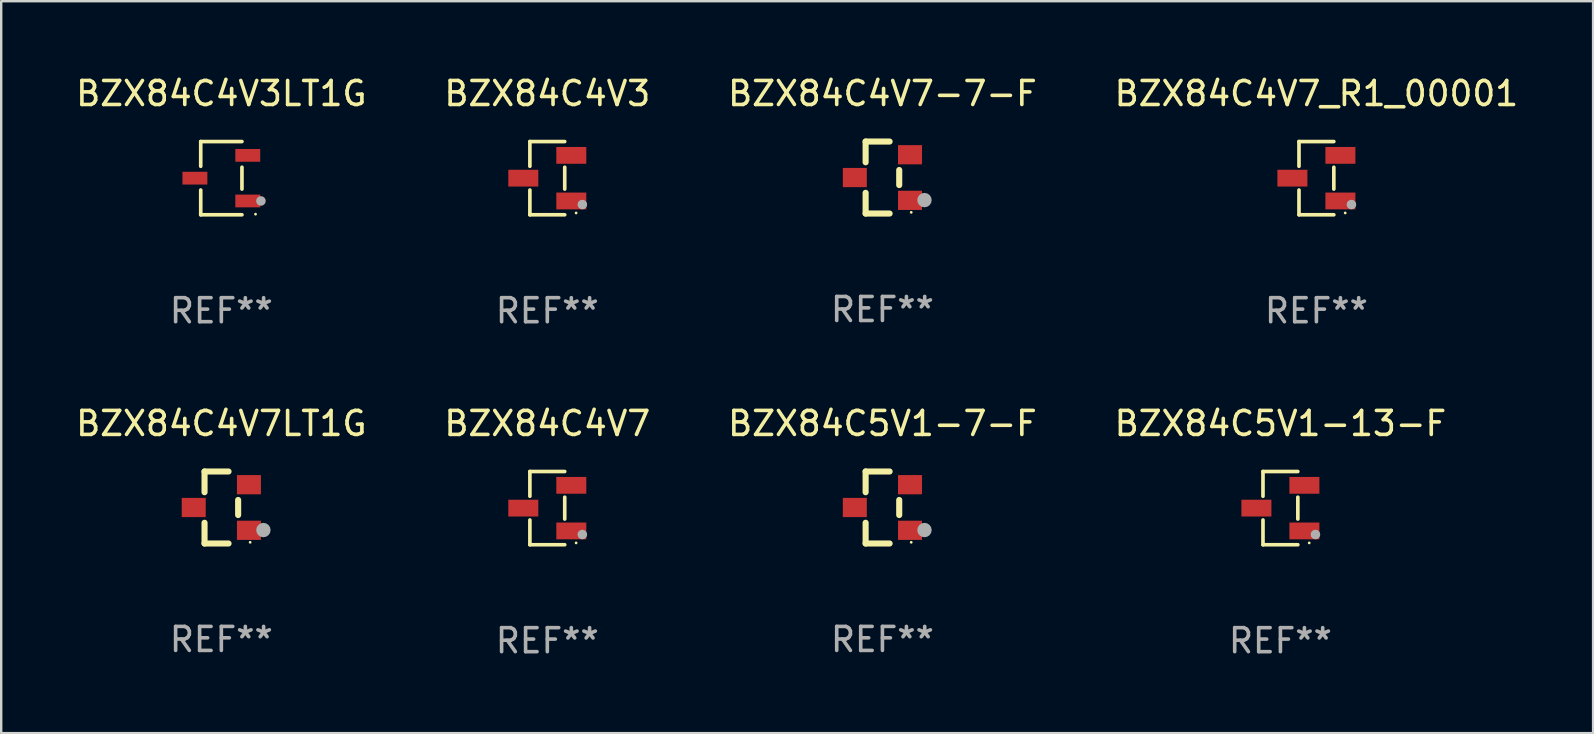
<source format=kicad_pcb>
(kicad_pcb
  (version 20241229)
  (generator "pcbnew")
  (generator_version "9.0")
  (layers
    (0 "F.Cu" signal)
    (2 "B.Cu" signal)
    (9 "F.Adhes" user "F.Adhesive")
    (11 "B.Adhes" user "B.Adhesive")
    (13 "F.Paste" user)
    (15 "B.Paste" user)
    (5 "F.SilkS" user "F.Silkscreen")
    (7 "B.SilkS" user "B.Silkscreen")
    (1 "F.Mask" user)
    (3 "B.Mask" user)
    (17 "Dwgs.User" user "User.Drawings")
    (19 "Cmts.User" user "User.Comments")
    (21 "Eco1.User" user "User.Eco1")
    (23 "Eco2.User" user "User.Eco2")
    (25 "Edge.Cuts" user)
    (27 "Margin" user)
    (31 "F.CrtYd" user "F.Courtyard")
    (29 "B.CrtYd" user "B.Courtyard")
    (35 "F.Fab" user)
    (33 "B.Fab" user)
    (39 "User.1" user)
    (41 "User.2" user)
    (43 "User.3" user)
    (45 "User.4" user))
  (footprint "BZX84C5V1-7-F"
    (layer "F.Cu")
    (at 33.72 18.097)
    (property "Reference" "BZX84C5V1-7-F" (at 0 -3.5 0) (layer "F.SilkS") (effects (font (size 1 1) (thickness 0.15))))
    (attr through_hole)
    (fp_line (start -0.7 -1.5) (end 0.3 -1.5) (stroke (width 0.254) (type solid)) (layer "F.SilkS"))
    (fp_line (start -0.7 -0.636) (end -0.7 -1.5) (stroke (width 0.254) (type solid)) (layer "F.SilkS"))
    (fp_line (start -0.7 1.5) (end -0.7 0.636) (stroke (width 0.254) (type solid)) (layer "F.SilkS"))
    (fp_line (start -0.7 1.5) (end 0.3 1.5) (stroke (width 0.254) (type solid)) (layer "F.SilkS"))
    (fp_line (start 0.7 0.314) (end 0.7 -0.314) (stroke (width 0.254) (type solid)) (layer "F.SilkS"))
    (fp_circle (center 1.2 1.45) (end 1.23 1.45) (stroke (width 0.06) (type solid)) (fill no) (layer "F.SilkS"))
    (fp_circle (center 1.753 0.94) (end 1.903 0.94) (stroke (width 0.3) (type solid)) (fill no) (layer "F.Fab"))
    (fp_text user "REF**" (at 0 5.5 0) (layer "F.Fab") (effects (font (size 1 1) (thickness 0.15))))
    (pad "1" smd rect (at 1.15 0.95 180) (size 1 0.8) (layers "F.Cu" "F.Mask" "F.Paste"))
    (pad "2" smd rect (at 1.15 -0.95 180) (size 1 0.8) (layers "F.Cu" "F.Mask" "F.Paste"))
    (pad "3" smd rect (at -1.15 -0.000051 180) (size 1 0.8) (layers "F.Cu" "F.Mask" "F.Paste")))
  (footprint "BZX84C5V1-13-F"
    (layer "F.Cu")
    (at 50.304 18.123)
    (property "Reference" "BZX84C5V1-13-F" (at 0 -3.526 0) (layer "F.SilkS") (effects (font (size 1 1) (thickness 0.15))))
    (attr through_hole)
    (fp_line (start -0.726 -1.526) (end -0.726 -0.495) (stroke (width 0.152) (type solid)) (layer "F.SilkS"))
    (fp_line (start -0.726 1.526) (end -0.726 0.495) (stroke (width 0.152) (type solid)) (layer "F.SilkS"))
    (fp_line (start 0.726 -1.526) (end -0.726 -1.526) (stroke (width 0.152) (type solid)) (layer "F.SilkS"))
    (fp_line (start 0.726 -0.455) (end 0.726 0.455) (stroke (width 0.152) (type solid)) (layer "F.SilkS"))
    (fp_line (start 0.726 1.526) (end -0.726 1.526) (stroke (width 0.152) (type solid)) (layer "F.SilkS"))
    (fp_circle (center 1.2 1.45) (end 1.23 1.45) (stroke (width 0.06) (type solid)) (fill no) (layer "F.SilkS"))
    (fp_circle (center 1.46 1.1) (end 1.56 1.1) (stroke (width 0.2) (type solid)) (fill no) (layer "F.Fab"))
    (fp_text user "REF**" (at 0 5.526 0) (layer "F.Fab") (effects (font (size 1 1) (thickness 0.15))))
    (pad "1" smd rect (at 1 0.95) (size 1.25 0.7) (layers "F.Cu" "F.Mask" "F.Paste"))
    (pad "2" smd rect (at 1 -0.95) (size 1.25 0.7) (layers "F.Cu" "F.Mask" "F.Paste"))
    (pad "3" smd rect (at -1 0) (size 1.25 0.7) (layers "F.Cu" "F.Mask" "F.Paste")))
  (footprint "BZX84C4V7_R1_00001"
    (layer "F.Cu")
    (at 51.804 4.374)
    (property "Reference" "BZX84C4V7_R1_00001" (at 0 -3.526 0) (layer "F.SilkS") (effects (font (size 1 1) (thickness 0.15))))
    (attr through_hole)
    (fp_line (start -0.726 -1.526) (end -0.726 -0.495) (stroke (width 0.152) (type solid)) (layer "F.SilkS"))
    (fp_line (start -0.726 1.526) (end -0.726 0.495) (stroke (width 0.152) (type solid)) (layer "F.SilkS"))
    (fp_line (start 0.726 -1.526) (end -0.726 -1.526) (stroke (width 0.152) (type solid)) (layer "F.SilkS"))
    (fp_line (start 0.726 -0.455) (end 0.726 0.455) (stroke (width 0.152) (type solid)) (layer "F.SilkS"))
    (fp_line (start 0.726 1.526) (end -0.726 1.526) (stroke (width 0.152) (type solid)) (layer "F.SilkS"))
    (fp_circle (center 1.2 1.45) (end 1.23 1.45) (stroke (width 0.06) (type solid)) (fill no) (layer "F.SilkS"))
    (fp_circle (center 1.46 1.1) (end 1.56 1.1) (stroke (width 0.2) (type solid)) (fill no) (layer "F.Fab"))
    (fp_text user "REF**" (at 0 5.526 0) (layer "F.Fab") (effects (font (size 1 1) (thickness 0.15))))
    (pad "1" smd rect (at 1 0.95) (size 1.25 0.7) (layers "F.Cu" "F.Mask" "F.Paste"))
    (pad "2" smd rect (at 1 -0.95) (size 1.25 0.7) (layers "F.Cu" "F.Mask" "F.Paste"))
    (pad "3" smd rect (at -1 0) (size 1.25 0.7) (layers "F.Cu" "F.Mask" "F.Paste")))
  (footprint "BZX84C4V3"
    (layer "F.Cu")
    (at 19.756 4.374)
    (property "Reference" "BZX84C4V3" (at 0 -3.526 0) (layer "F.SilkS") (effects (font (size 1 1) (thickness 0.15))))
    (attr through_hole)
    (fp_line (start -0.726 -1.526) (end -0.726 -0.495) (stroke (width 0.152) (type solid)) (layer "F.SilkS"))
    (fp_line (start -0.726 1.526) (end -0.726 0.495) (stroke (width 0.152) (type solid)) (layer "F.SilkS"))
    (fp_line (start 0.726 -1.526) (end -0.726 -1.526) (stroke (width 0.152) (type solid)) (layer "F.SilkS"))
    (fp_line (start 0.726 -0.455) (end 0.726 0.455) (stroke (width 0.152) (type solid)) (layer "F.SilkS"))
    (fp_line (start 0.726 1.526) (end -0.726 1.526) (stroke (width 0.152) (type solid)) (layer "F.SilkS"))
    (fp_circle (center 1.2 1.45) (end 1.23 1.45) (stroke (width 0.06) (type solid)) (fill no) (layer "F.SilkS"))
    (fp_circle (center 1.46 1.1) (end 1.56 1.1) (stroke (width 0.2) (type solid)) (fill no) (layer "F.Fab"))
    (fp_text user "REF**" (at 0 5.526 0) (layer "F.Fab") (effects (font (size 1 1) (thickness 0.15))))
    (pad "1" smd rect (at 1 0.95) (size 1.25 0.7) (layers "F.Cu" "F.Mask" "F.Paste"))
    (pad "2" smd rect (at 1 -0.95) (size 1.25 0.7) (layers "F.Cu" "F.Mask" "F.Paste"))
    (pad "3" smd rect (at -1 0) (size 1.25 0.7) (layers "F.Cu" "F.Mask" "F.Paste")))
  (footprint "BZX84C4V7-7-F"
    (layer "F.Cu")
    (at 33.72 4.348)
    (property "Reference" "BZX84C4V7-7-F" (at 0 -3.5 0) (layer "F.SilkS") (effects (font (size 1 1) (thickness 0.15))))
    (attr through_hole)
    (fp_line (start -0.7 -1.5) (end 0.3 -1.5) (stroke (width 0.254) (type solid)) (layer "F.SilkS"))
    (fp_line (start -0.7 -0.636) (end -0.7 -1.5) (stroke (width 0.254) (type solid)) (layer "F.SilkS"))
    (fp_line (start -0.7 1.5) (end -0.7 0.636) (stroke (width 0.254) (type solid)) (layer "F.SilkS"))
    (fp_line (start -0.7 1.5) (end 0.3 1.5) (stroke (width 0.254) (type solid)) (layer "F.SilkS"))
    (fp_line (start 0.7 0.314) (end 0.7 -0.314) (stroke (width 0.254) (type solid)) (layer "F.SilkS"))
    (fp_circle (center 1.2 1.45) (end 1.23 1.45) (stroke (width 0.06) (type solid)) (fill no) (layer "F.SilkS"))
    (fp_circle (center 1.753 0.94) (end 1.903 0.94) (stroke (width 0.3) (type solid)) (fill no) (layer "F.Fab"))
    (fp_text user "REF**" (at 0 5.5 0) (layer "F.Fab") (effects (font (size 1 1) (thickness 0.15))))
    (pad "1" smd rect (at 1.15 0.95 180) (size 1 0.8) (layers "F.Cu" "F.Mask" "F.Paste"))
    (pad "2" smd rect (at 1.15 -0.95 180) (size 1 0.8) (layers "F.Cu" "F.Mask" "F.Paste"))
    (pad "3" smd rect (at -1.15 -0.000051 180) (size 1 0.8) (layers "F.Cu" "F.Mask" "F.Paste")))
  (footprint "BZX84C4V7LT1G"
    (layer "F.Cu")
    (at 6.173 18.097)
    (property "Reference" "BZX84C4V7LT1G" (at 0 -3.5 0) (layer "F.SilkS") (effects (font (size 1 1) (thickness 0.15))))
    (attr through_hole)
    (fp_line (start -0.7 -1.5) (end 0.3 -1.5) (stroke (width 0.254) (type solid)) (layer "F.SilkS"))
    (fp_line (start -0.7 -0.636) (end -0.7 -1.5) (stroke (width 0.254) (type solid)) (layer "F.SilkS"))
    (fp_line (start -0.7 1.5) (end -0.7 0.636) (stroke (width 0.254) (type solid)) (layer "F.SilkS"))
    (fp_line (start -0.7 1.5) (end 0.3 1.5) (stroke (width 0.254) (type solid)) (layer "F.SilkS"))
    (fp_line (start 0.7 0.314) (end 0.7 -0.314) (stroke (width 0.254) (type solid)) (layer "F.SilkS"))
    (fp_circle (center 1.2 1.45) (end 1.23 1.45) (stroke (width 0.06) (type solid)) (fill no) (layer "F.SilkS"))
    (fp_circle (center 1.753 0.94) (end 1.903 0.94) (stroke (width 0.3) (type solid)) (fill no) (layer "F.Fab"))
    (fp_text user "REF**" (at 0 5.5 0) (layer "F.Fab") (effects (font (size 1 1) (thickness 0.15))))
    (pad "1" smd rect (at 1.15 0.95 180) (size 1 0.8) (layers "F.Cu" "F.Mask" "F.Paste"))
    (pad "2" smd rect (at 1.15 -0.95 180) (size 1 0.8) (layers "F.Cu" "F.Mask" "F.Paste"))
    (pad "3" smd rect (at -1.15 -0.000051 180) (size 1 0.8) (layers "F.Cu" "F.Mask" "F.Paste")))
  (footprint "BZX84C4V7"
    (layer "F.Cu")
    (at 19.756 18.123)
    (property "Reference" "BZX84C4V7" (at 0 -3.526 0) (layer "F.SilkS") (effects (font (size 1 1) (thickness 0.15))))
    (attr through_hole)
    (fp_line (start -0.726 -1.526) (end -0.726 -0.495) (stroke (width 0.152) (type solid)) (layer "F.SilkS"))
    (fp_line (start -0.726 1.526) (end -0.726 0.495) (stroke (width 0.152) (type solid)) (layer "F.SilkS"))
    (fp_line (start 0.726 -1.526) (end -0.726 -1.526) (stroke (width 0.152) (type solid)) (layer "F.SilkS"))
    (fp_line (start 0.726 -0.455) (end 0.726 0.455) (stroke (width 0.152) (type solid)) (layer "F.SilkS"))
    (fp_line (start 0.726 1.526) (end -0.726 1.526) (stroke (width 0.152) (type solid)) (layer "F.SilkS"))
    (fp_circle (center 1.2 1.45) (end 1.23 1.45) (stroke (width 0.06) (type solid)) (fill no) (layer "F.SilkS"))
    (fp_circle (center 1.46 1.1) (end 1.56 1.1) (stroke (width 0.2) (type solid)) (fill no) (layer "F.Fab"))
    (fp_text user "REF**" (at 0 5.526 0) (layer "F.Fab") (effects (font (size 1 1) (thickness 0.15))))
    (pad "1" smd rect (at 1 0.95) (size 1.25 0.7) (layers "F.Cu" "F.Mask" "F.Paste"))
    (pad "2" smd rect (at 1 -0.95) (size 1.25 0.7) (layers "F.Cu" "F.Mask" "F.Paste"))
    (pad "3" smd rect (at -1 0) (size 1.25 0.7) (layers "F.Cu" "F.Mask" "F.Paste")))
  (footprint "BZX84C4V3LT1G"
    (layer "F.Cu")
    (at 6.173 4.374)
    (property "Reference" "BZX84C4V3LT1G" (at 0 -3.526 0) (layer "F.SilkS") (effects (font (size 1 1) (thickness 0.15))))
    (attr through_hole)
    (fp_line (start -0.859 -1.526) (end -0.859 -0.495) (stroke (width 0.152) (type solid)) (layer "F.SilkS"))
    (fp_line (start -0.859 1.526) (end -0.859 0.495) (stroke (width 0.152) (type solid)) (layer "F.SilkS"))
    (fp_line (start 0.859 -1.526) (end -0.859 -1.526) (stroke (width 0.152) (type solid)) (layer "F.SilkS"))
    (fp_line (start 0.859 -0.455) (end 0.859 0.455) (stroke (width 0.152) (type solid)) (layer "F.SilkS"))
    (fp_line (start 0.859 1.526) (end -0.859 1.526) (stroke (width 0.152) (type solid)) (layer "F.SilkS"))
    (fp_circle (center 1.425 1.5) (end 1.455 1.5) (stroke (width 0.06) (type solid)) (fill no) (layer "F.SilkS"))
    (fp_circle (center 1.65 0.95) (end 1.75 0.95) (stroke (width 0.2) (type solid)) (fill no) (layer "F.Fab"))
    (fp_text user "REF**" (at 0 5.526 0) (layer "F.Fab") (effects (font (size 1 1) (thickness 0.15))))
    (pad "1" smd rect (at 1.101 0.95) (size 1.037 0.532) (layers "F.Cu" "F.Mask" "F.Paste"))
    (pad "2" smd rect (at 1.101 -0.95) (size 1.037 0.532) (layers "F.Cu" "F.Mask" "F.Paste"))
    (pad "3" smd rect (at -1.101 0) (size 1.037 0.532) (layers "F.Cu" "F.Mask" "F.Paste")))
  (gr_rect
    (start -3 -3)
    (end 63.333 27.498)
    (stroke (width 0.1) (type default))
    (fill no)
    (layer "Edge.Cuts")))
</source>
